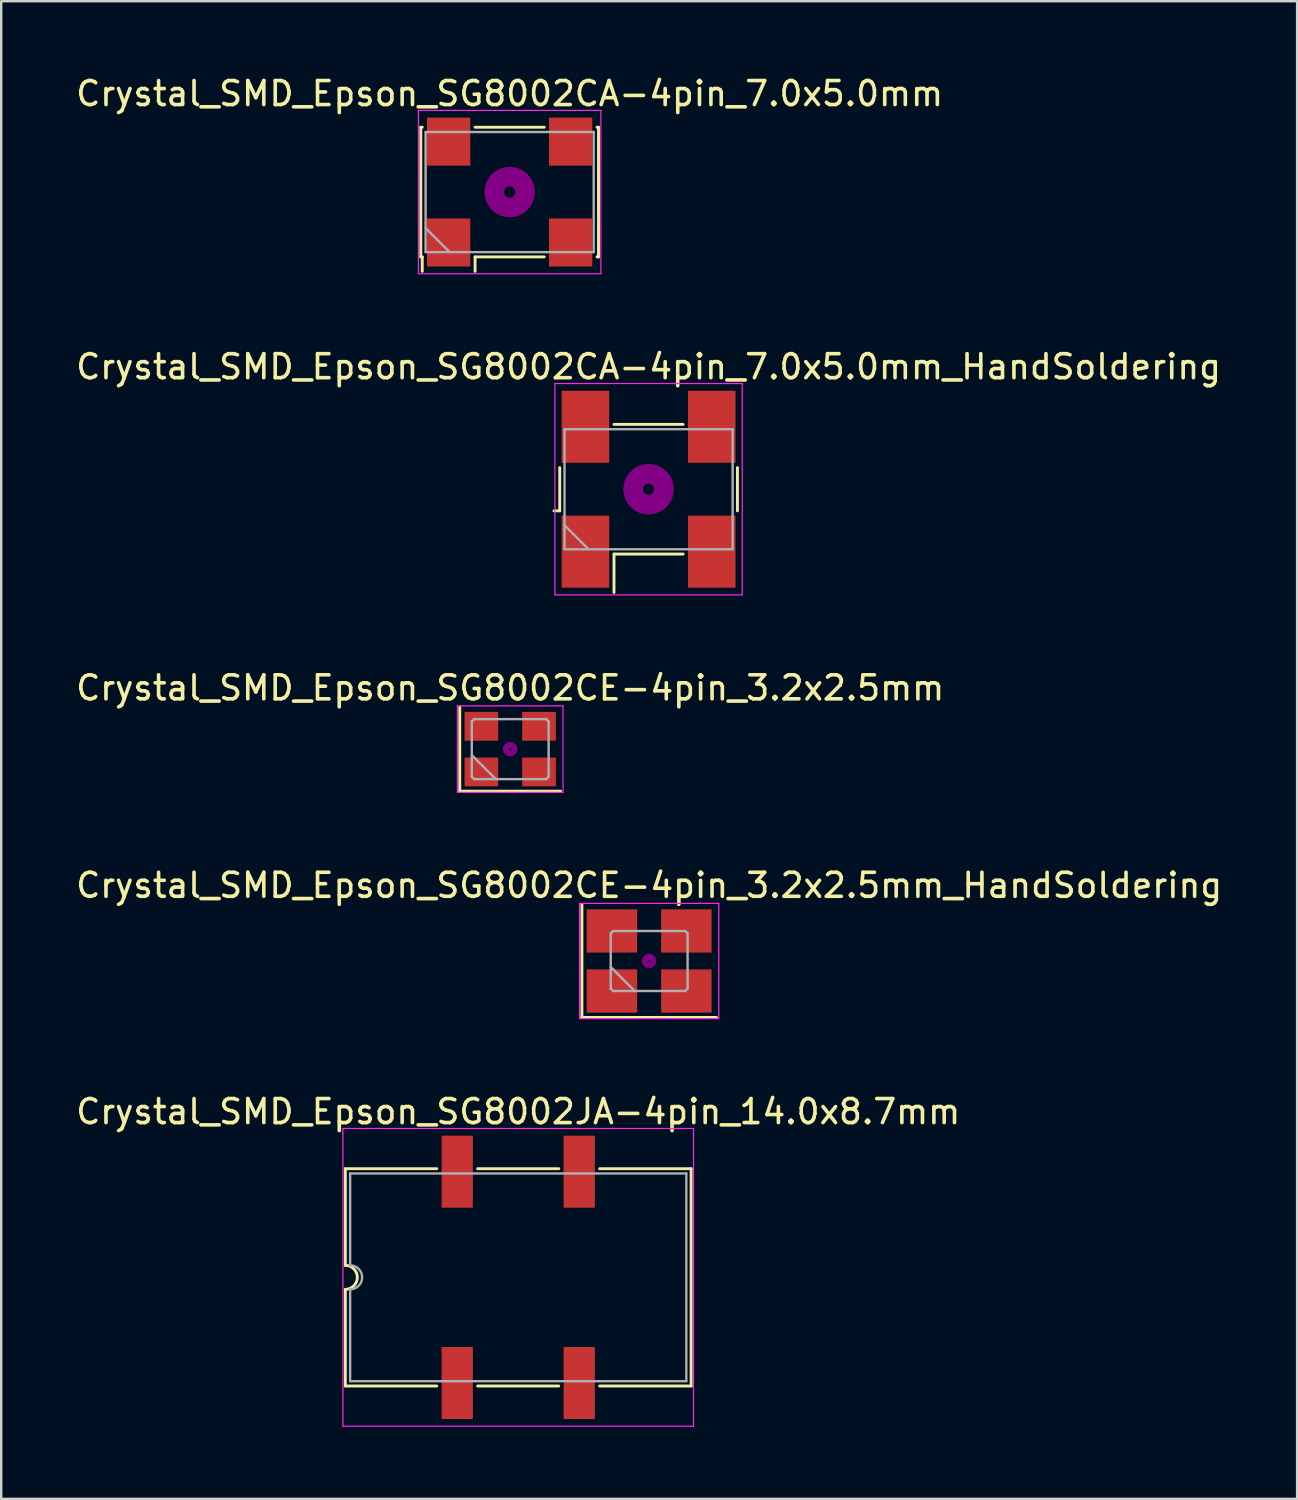
<source format=kicad_pcb>
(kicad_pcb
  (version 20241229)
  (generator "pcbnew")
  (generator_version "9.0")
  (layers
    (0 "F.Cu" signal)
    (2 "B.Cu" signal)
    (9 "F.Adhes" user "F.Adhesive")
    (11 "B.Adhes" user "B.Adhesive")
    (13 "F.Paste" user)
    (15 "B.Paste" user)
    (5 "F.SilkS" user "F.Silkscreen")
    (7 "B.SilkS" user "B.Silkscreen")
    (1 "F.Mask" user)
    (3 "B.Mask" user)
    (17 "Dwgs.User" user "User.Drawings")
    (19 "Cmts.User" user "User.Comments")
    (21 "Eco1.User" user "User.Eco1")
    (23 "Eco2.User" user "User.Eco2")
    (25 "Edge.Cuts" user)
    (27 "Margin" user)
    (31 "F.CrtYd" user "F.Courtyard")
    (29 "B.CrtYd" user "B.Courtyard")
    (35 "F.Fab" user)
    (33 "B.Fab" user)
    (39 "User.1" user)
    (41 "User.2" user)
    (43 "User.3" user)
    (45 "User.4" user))
  (footprint "Crystal_SMD_Epson_SG8002CA-4pin_7.0x5.0mm"
    (layer "F.Cu")
    (at 18.173 4.948)
    (property "Reference" "Crystal_SMD_Epson_SG8002CA-4pin_7.0x5.0mm" (at 0 -4.1 0) (layer "F.SilkS") (effects (font (size 1 1) (thickness 0.15))))
    (attr smd)
    (fp_line (start -3.7 -2.7) (end -3.64 -2.7) (stroke (width 0.12) (type solid)) (layer "F.SilkS"))
    (fp_line (start -3.7 2.7) (end -3.7 -2.7) (stroke (width 0.12) (type solid)) (layer "F.SilkS"))
    (fp_line (start -3.64 2.7) (end -3.7 2.7) (stroke (width 0.12) (type solid)) (layer "F.SilkS"))
    (fp_line (start -3.64 3.3) (end -3.64 2.7) (stroke (width 0.12) (type solid)) (layer "F.SilkS"))
    (fp_line (start -1.44 -2.7) (end 1.44 -2.7) (stroke (width 0.12) (type solid)) (layer "F.SilkS"))
    (fp_line (start -1.44 2.7) (end -1.44 3.3) (stroke (width 0.12) (type solid)) (layer "F.SilkS"))
    (fp_line (start 1.44 2.7) (end -1.44 2.7) (stroke (width 0.12) (type solid)) (layer "F.SilkS"))
    (fp_line (start 3.64 -2.7) (end 3.7 -2.7) (stroke (width 0.12) (type solid)) (layer "F.SilkS"))
    (fp_line (start 3.7 -2.7) (end 3.7 2.7) (stroke (width 0.12) (type solid)) (layer "F.SilkS"))
    (fp_line (start 3.7 2.7) (end 3.64 2.7) (stroke (width 0.12) (type solid)) (layer "F.SilkS"))
    (fp_circle (center 0 0) (end 0.233 0) (stroke (width 0.467) (type solid)) (fill no) (layer "F.Adhes"))
    (fp_circle (center 0 0) (end 0.533 0) (stroke (width 0.333) (type solid)) (fill no) (layer "F.Adhes"))
    (fp_circle (center 0 0) (end 0.833 0) (stroke (width 0.333) (type solid)) (fill no) (layer "F.Adhes"))
    (fp_circle (center 0 0) (end 1 0) (stroke (width 0.1) (type solid)) (fill no) (layer "F.Adhes"))
    (fp_line (start -3.8 -3.4) (end -3.8 3.4) (stroke (width 0.05) (type solid)) (layer "F.CrtYd"))
    (fp_line (start -3.8 3.4) (end 3.8 3.4) (stroke (width 0.05) (type solid)) (layer "F.CrtYd"))
    (fp_line (start 3.8 -3.4) (end -3.8 -3.4) (stroke (width 0.05) (type solid)) (layer "F.CrtYd"))
    (fp_line (start 3.8 3.4) (end 3.8 -3.4) (stroke (width 0.05) (type solid)) (layer "F.CrtYd"))
    (fp_line (start -3.5 -2.5) (end -3.5 2.5) (stroke (width 0.1) (type solid)) (layer "F.Fab"))
    (fp_line (start -3.5 1.5) (end -2.5 2.5) (stroke (width 0.1) (type solid)) (layer "F.Fab"))
    (fp_line (start -3.5 2.5) (end 3.5 2.5) (stroke (width 0.1) (type solid)) (layer "F.Fab"))
    (fp_line (start 3.5 -2.5) (end -3.5 -2.5) (stroke (width 0.1) (type solid)) (layer "F.Fab"))
    (fp_line (start 3.5 2.5) (end 3.5 -2.5) (stroke (width 0.1) (type solid)) (layer "F.Fab"))
    (pad "1" smd rect (at -2.54 2.1) (size 1.8 2) (layers "F.Cu" "F.Mask"))
    (pad "2" smd rect (at 2.54 2.1) (size 1.8 2) (layers "F.Cu" "F.Mask"))
    (pad "3" smd rect (at 2.54 -2.1) (size 1.8 2) (layers "F.Cu" "F.Mask"))
    (pad "4" smd rect (at -2.54 -2.1) (size 1.8 2) (layers "F.Cu" "F.Mask")))
  (footprint "Crystal_SMD_Epson_SG8002CE-4pin_3.2x2.5mm_HandSoldering"
    (layer "F.Cu")
    (at 23.982 36.968)
    (property "Reference" "Crystal_SMD_Epson_SG8002CE-4pin_3.2x2.5mm_HandSoldering" (at 0 -3.15 0) (layer "F.SilkS") (effects (font (size 1 1) (thickness 0.15))))
    (attr smd)
    (fp_line (start -2.8 -2.35) (end -2.8 2.35) (stroke (width 0.12) (type solid)) (layer "F.SilkS"))
    (fp_line (start -2.8 2.35) (end 2.8 2.35) (stroke (width 0.12) (type solid)) (layer "F.SilkS"))
    (fp_circle (center 0 0) (end 0.058 0) (stroke (width 0.117) (type solid)) (fill no) (layer "F.Adhes"))
    (fp_circle (center 0 0) (end 0.133 0) (stroke (width 0.083) (type solid)) (fill no) (layer "F.Adhes"))
    (fp_circle (center 0 0) (end 0.208 0) (stroke (width 0.083) (type solid)) (fill no) (layer "F.Adhes"))
    (fp_circle (center 0 0) (end 0.25 0) (stroke (width 0.1) (type solid)) (fill no) (layer "F.Adhes"))
    (fp_line (start -2.9 -2.4) (end -2.9 2.4) (stroke (width 0.05) (type solid)) (layer "F.CrtYd"))
    (fp_line (start -2.9 2.4) (end 2.9 2.4) (stroke (width 0.05) (type solid)) (layer "F.CrtYd"))
    (fp_line (start 2.9 -2.4) (end -2.9 -2.4) (stroke (width 0.05) (type solid)) (layer "F.CrtYd"))
    (fp_line (start 2.9 2.4) (end 2.9 -2.4) (stroke (width 0.05) (type solid)) (layer "F.CrtYd"))
    (fp_line (start -1.6 -1.15) (end -1.5 -1.25) (stroke (width 0.1) (type solid)) (layer "F.Fab"))
    (fp_line (start -1.6 0.25) (end -0.6 1.25) (stroke (width 0.1) (type solid)) (layer "F.Fab"))
    (fp_line (start -1.6 1.15) (end -1.6 -1.15) (stroke (width 0.1) (type solid)) (layer "F.Fab"))
    (fp_line (start -1.5 -1.25) (end 1.5 -1.25) (stroke (width 0.1) (type solid)) (layer "F.Fab"))
    (fp_line (start -1.5 1.25) (end -1.6 1.15) (stroke (width 0.1) (type solid)) (layer "F.Fab"))
    (fp_line (start 1.5 -1.25) (end 1.6 -1.15) (stroke (width 0.1) (type solid)) (layer "F.Fab"))
    (fp_line (start 1.5 1.25) (end -1.5 1.25) (stroke (width 0.1) (type solid)) (layer "F.Fab"))
    (fp_line (start 1.6 -1.15) (end 1.6 1.15) (stroke (width 0.1) (type solid)) (layer "F.Fab"))
    (fp_line (start 1.6 1.15) (end 1.5 1.25) (stroke (width 0.1) (type solid)) (layer "F.Fab"))
    (pad "1" smd rect (at -1.55 1.25) (size 2.1 1.8) (layers "F.Cu" "F.Mask"))
    (pad "2" smd rect (at 1.55 1.25) (size 2.1 1.8) (layers "F.Cu" "F.Mask"))
    (pad "3" smd rect (at 1.55 -1.25) (size 2.1 1.8) (layers "F.Cu" "F.Mask"))
    (pad "4" smd rect (at -1.55 -1.25) (size 2.1 1.8) (layers "F.Cu" "F.Mask")))
  (footprint "Crystal_SMD_Epson_SG8002JA-4pin_14.0x8.7mm"
    (layer "F.Cu")
    (at 18.53 50.141)
    (property "Reference" "Crystal_SMD_Epson_SG8002JA-4pin_14.0x8.7mm" (at 0 -6.9 0) (layer "F.SilkS") (effects (font (size 1 1) (thickness 0.15))))
    (attr smd)
    (fp_line (start -7.2 -4.525) (end -3.39 -4.525) (stroke (width 0.12) (type solid)) (layer "F.SilkS"))
    (fp_line (start -7.2 -0.5) (end -7.2 -4.525) (stroke (width 0.12) (type solid)) (layer "F.SilkS"))
    (fp_line (start -7.2 4.525) (end -7.2 0.5) (stroke (width 0.12) (type solid)) (layer "F.SilkS"))
    (fp_line (start -7.2 4.525) (end -3.39 4.525) (stroke (width 0.12) (type solid)) (layer "F.SilkS"))
    (fp_line (start -1.69 -4.525) (end 1.69 -4.525) (stroke (width 0.12) (type solid)) (layer "F.SilkS"))
    (fp_line (start 1.69 4.525) (end -1.69 4.525) (stroke (width 0.12) (type solid)) (layer "F.SilkS"))
    (fp_line (start 3.39 -4.525) (end 7.2 -4.525) (stroke (width 0.12) (type solid)) (layer "F.SilkS"))
    (fp_line (start 7.2 -4.525) (end 7.2 4.525) (stroke (width 0.12) (type solid)) (layer "F.SilkS"))
    (fp_line (start 7.2 4.525) (end 3.39 4.525) (stroke (width 0.12) (type solid)) (layer "F.SilkS"))
    (fp_arc (start -7.2 -0.5) (mid -6.7 0) (end -7.2 0.5) (stroke (width 0.12) (type solid)) (layer "F.SilkS"))
    (fp_line (start -7.3 -6.2) (end -7.3 6.2) (stroke (width 0.05) (type solid)) (layer "F.CrtYd"))
    (fp_line (start -7.3 6.2) (end 7.3 6.2) (stroke (width 0.05) (type solid)) (layer "F.CrtYd"))
    (fp_line (start 7.3 -6.2) (end -7.3 -6.2) (stroke (width 0.05) (type solid)) (layer "F.CrtYd"))
    (fp_line (start 7.3 6.2) (end 7.3 -6.2) (stroke (width 0.05) (type solid)) (layer "F.CrtYd"))
    (fp_line (start -7 -4.325) (end 7 -4.325) (stroke (width 0.1) (type solid)) (layer "F.Fab"))
    (fp_line (start -7 -0.5) (end -7 -4.325) (stroke (width 0.1) (type solid)) (layer "F.Fab"))
    (fp_line (start -7 4.325) (end -7 0.5) (stroke (width 0.1) (type solid)) (layer "F.Fab"))
    (fp_line (start 7 -4.325) (end 7 4.325) (stroke (width 0.1) (type solid)) (layer "F.Fab"))
    (fp_line (start 7 4.325) (end -7 4.325) (stroke (width 0.1) (type solid)) (layer "F.Fab"))
    (fp_arc (start -7 -0.5) (mid -6.5 0) (end -7 0.5) (stroke (width 0.1) (type solid)) (layer "F.Fab"))
    (pad "1" smd rect (at -2.54 4.4) (size 1.3 3) (layers "F.Cu" "F.Mask"))
    (pad "2" smd rect (at 2.54 4.4) (size 1.3 3) (layers "F.Cu" "F.Mask"))
    (pad "3" smd rect (at 2.54 -4.4) (size 1.3 3) (layers "F.Cu" "F.Mask"))
    (pad "4" smd rect (at -2.54 -4.4) (size 1.3 3) (layers "F.Cu" "F.Mask")))
  (footprint "Crystal_SMD_Epson_SG8002CE-4pin_3.2x2.5mm"
    (layer "F.Cu")
    (at 18.196 28.145)
    (property "Reference" "Crystal_SMD_Epson_SG8002CE-4pin_3.2x2.5mm" (at 0 -2.55 0) (layer "F.SilkS") (effects (font (size 1 1) (thickness 0.15))))
    (attr smd)
    (fp_line (start -2.1 -1.75) (end -2.1 1.75) (stroke (width 0.12) (type solid)) (layer "F.SilkS"))
    (fp_line (start -2.1 1.75) (end 2.1 1.75) (stroke (width 0.12) (type solid)) (layer "F.SilkS"))
    (fp_circle (center 0 0) (end 0.058 0) (stroke (width 0.117) (type solid)) (fill no) (layer "F.Adhes"))
    (fp_circle (center 0 0) (end 0.133 0) (stroke (width 0.083) (type solid)) (fill no) (layer "F.Adhes"))
    (fp_circle (center 0 0) (end 0.208 0) (stroke (width 0.083) (type solid)) (fill no) (layer "F.Adhes"))
    (fp_circle (center 0 0) (end 0.25 0) (stroke (width 0.1) (type solid)) (fill no) (layer "F.Adhes"))
    (fp_line (start -2.2 -1.8) (end -2.2 1.8) (stroke (width 0.05) (type solid)) (layer "F.CrtYd"))
    (fp_line (start -2.2 1.8) (end 2.2 1.8) (stroke (width 0.05) (type solid)) (layer "F.CrtYd"))
    (fp_line (start 2.2 -1.8) (end -2.2 -1.8) (stroke (width 0.05) (type solid)) (layer "F.CrtYd"))
    (fp_line (start 2.2 1.8) (end 2.2 -1.8) (stroke (width 0.05) (type solid)) (layer "F.CrtYd"))
    (fp_line (start -1.6 -1.15) (end -1.5 -1.25) (stroke (width 0.1) (type solid)) (layer "F.Fab"))
    (fp_line (start -1.6 0.25) (end -0.6 1.25) (stroke (width 0.1) (type solid)) (layer "F.Fab"))
    (fp_line (start -1.6 1.15) (end -1.6 -1.15) (stroke (width 0.1) (type solid)) (layer "F.Fab"))
    (fp_line (start -1.5 -1.25) (end 1.5 -1.25) (stroke (width 0.1) (type solid)) (layer "F.Fab"))
    (fp_line (start -1.5 1.25) (end -1.6 1.15) (stroke (width 0.1) (type solid)) (layer "F.Fab"))
    (fp_line (start 1.5 -1.25) (end 1.6 -1.15) (stroke (width 0.1) (type solid)) (layer "F.Fab"))
    (fp_line (start 1.5 1.25) (end -1.5 1.25) (stroke (width 0.1) (type solid)) (layer "F.Fab"))
    (fp_line (start 1.6 -1.15) (end 1.6 1.15) (stroke (width 0.1) (type solid)) (layer "F.Fab"))
    (fp_line (start 1.6 1.15) (end 1.5 1.25) (stroke (width 0.1) (type solid)) (layer "F.Fab"))
    (pad "1" smd rect (at -1.2 0.95) (size 1.4 1.2) (layers "F.Cu" "F.Mask"))
    (pad "2" smd rect (at 1.2 0.95) (size 1.4 1.2) (layers "F.Cu" "F.Mask"))
    (pad "3" smd rect (at 1.2 -0.95) (size 1.4 1.2) (layers "F.Cu" "F.Mask"))
    (pad "4" smd rect (at -1.2 -0.95) (size 1.4 1.2) (layers "F.Cu" "F.Mask")))
  (footprint "Crystal_SMD_Epson_SG8002CA-4pin_7.0x5.0mm_HandSoldering"
    (layer "F.Cu")
    (at 23.958 17.322)
    (property "Reference" "Crystal_SMD_Epson_SG8002CA-4pin_7.0x5.0mm_HandSoldering" (at 0 -5.1 0) (layer "F.SilkS") (effects (font (size 1 1) (thickness 0.15))))
    (attr smd)
    (fp_line (start -3.94 0.9) (end -3.7 0.9) (stroke (width 0.12) (type solid)) (layer "F.SilkS"))
    (fp_line (start -3.7 0.9) (end -3.7 -0.9) (stroke (width 0.12) (type solid)) (layer "F.SilkS"))
    (fp_line (start -1.44 -2.7) (end 1.44 -2.7) (stroke (width 0.12) (type solid)) (layer "F.SilkS"))
    (fp_line (start -1.44 2.7) (end -1.44 4.3) (stroke (width 0.12) (type solid)) (layer "F.SilkS"))
    (fp_line (start 1.44 2.7) (end -1.44 2.7) (stroke (width 0.12) (type solid)) (layer "F.SilkS"))
    (fp_line (start 3.7 -0.9) (end 3.7 0.9) (stroke (width 0.12) (type solid)) (layer "F.SilkS"))
    (fp_circle (center 0 0) (end 0.233 0) (stroke (width 0.467) (type solid)) (fill no) (layer "F.Adhes"))
    (fp_circle (center 0 0) (end 0.533 0) (stroke (width 0.333) (type solid)) (fill no) (layer "F.Adhes"))
    (fp_circle (center 0 0) (end 0.833 0) (stroke (width 0.333) (type solid)) (fill no) (layer "F.Adhes"))
    (fp_circle (center 0 0) (end 1 0) (stroke (width 0.1) (type solid)) (fill no) (layer "F.Adhes"))
    (fp_line (start -3.9 -4.4) (end -3.9 4.4) (stroke (width 0.05) (type solid)) (layer "F.CrtYd"))
    (fp_line (start -3.9 4.4) (end 3.9 4.4) (stroke (width 0.05) (type solid)) (layer "F.CrtYd"))
    (fp_line (start 3.9 -4.4) (end -3.9 -4.4) (stroke (width 0.05) (type solid)) (layer "F.CrtYd"))
    (fp_line (start 3.9 4.4) (end 3.9 -4.4) (stroke (width 0.05) (type solid)) (layer "F.CrtYd"))
    (fp_line (start -3.5 -2.5) (end -3.5 2.5) (stroke (width 0.1) (type solid)) (layer "F.Fab"))
    (fp_line (start -3.5 1.5) (end -2.5 2.5) (stroke (width 0.1) (type solid)) (layer "F.Fab"))
    (fp_line (start -3.5 2.5) (end 3.5 2.5) (stroke (width 0.1) (type solid)) (layer "F.Fab"))
    (fp_line (start 3.5 -2.5) (end -3.5 -2.5) (stroke (width 0.1) (type solid)) (layer "F.Fab"))
    (fp_line (start 3.5 2.5) (end 3.5 -2.5) (stroke (width 0.1) (type solid)) (layer "F.Fab"))
    (pad "1" smd rect (at -2.63 2.6) (size 1.98 3) (layers "F.Cu" "F.Mask"))
    (pad "2" smd rect (at 2.63 2.6) (size 1.98 3) (layers "F.Cu" "F.Mask"))
    (pad "3" smd rect (at 2.63 -2.6) (size 1.98 3) (layers "F.Cu" "F.Mask"))
    (pad "4" smd rect (at -2.63 -2.6) (size 1.98 3) (layers "F.Cu" "F.Mask")))
  (gr_rect
    (start -3 -3)
    (end 50.964 59.366)
    (stroke (width 0.1) (type default))
    (fill no)
    (layer "Edge.Cuts")))
</source>
